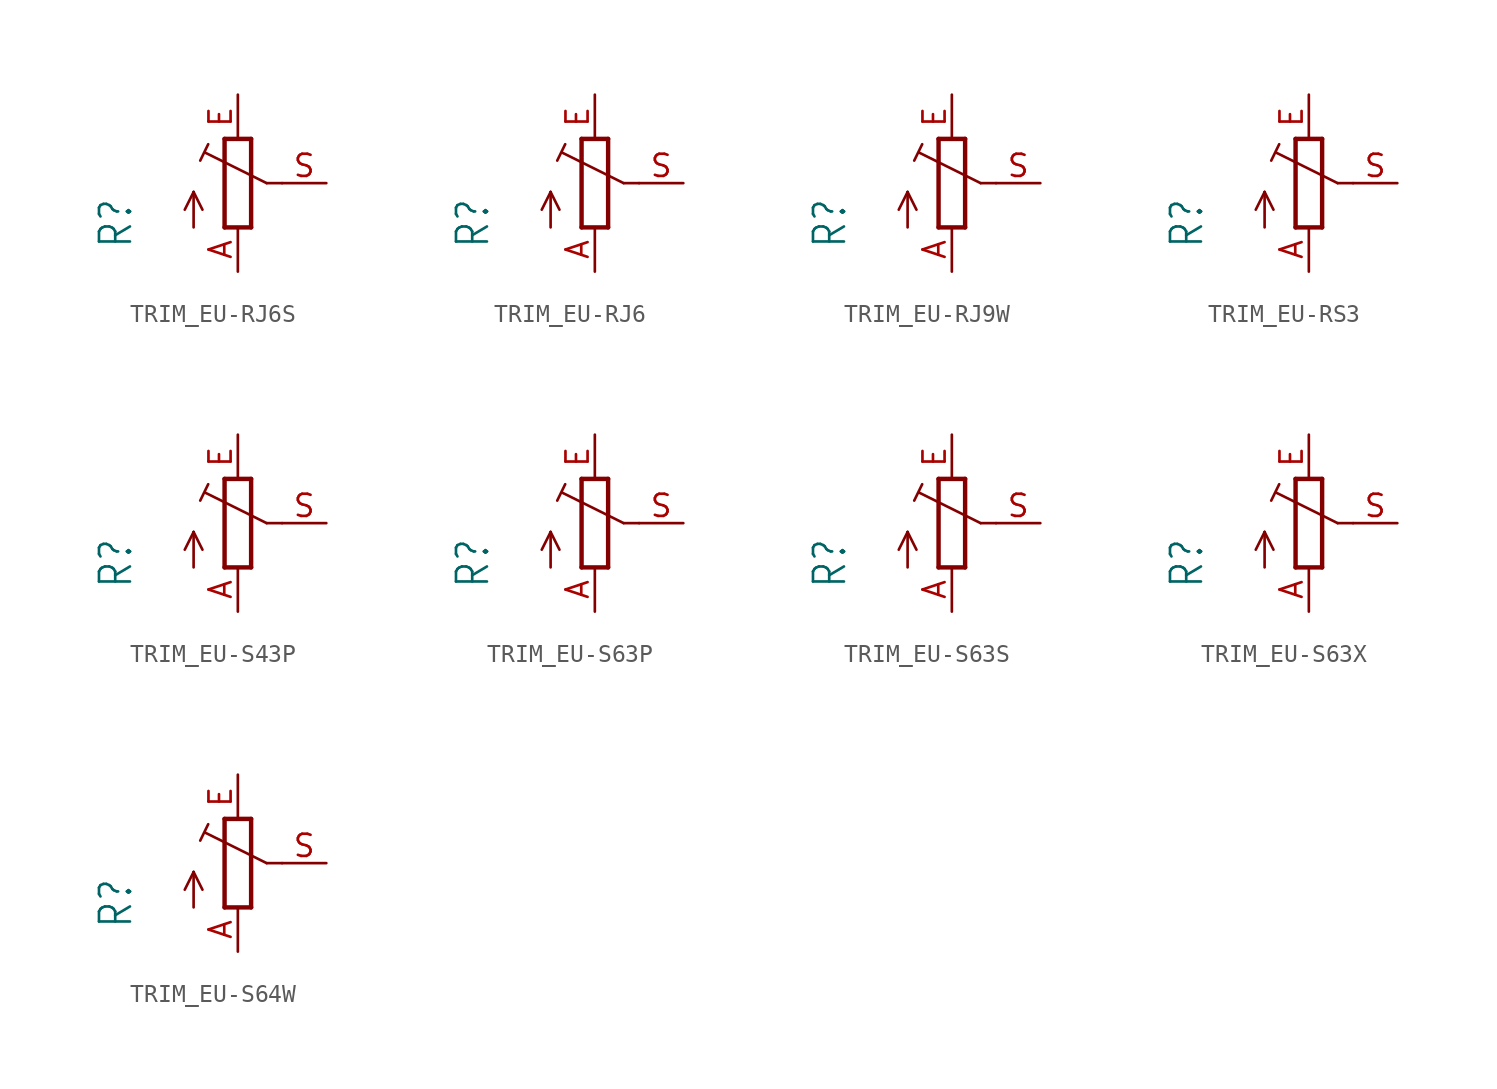
<source format=kicad_sym>
(kicad_symbol_lib
  (version 20231120)
  (generator "kicad_symbol_editor")
  (generator_version "8.0")
  (symbol "TRIM_EU-RJ6S"
    (property "Reference" "R"
      (at -5.969 -3.81 90)
      (effects (font (size 1.778 1.511)) (justify left bottom)))
    (property "Value" ""
      (at -3.81 -3.81 90)
      (effects (font (size 1.778 1.511)) (justify left bottom)))
    (property "ki_locked" ""
      (at 0 0 0)
      (effects (font (size 1.27 1.27))))
    (symbol "TRIM_EU-RJ6S_1_0"
      (polyline (pts (xy -2.54 -2.54) (xy -2.54 -0.508)) (stroke (width 0.152) (type solid)) (fill (type none)))
      (polyline (pts (xy -2.54 -0.508) (xy -3.048 -1.524)) (stroke (width 0.152) (type solid)) (fill (type none)))
      (polyline (pts (xy -2.54 -0.508) (xy -2.032 -1.524)) (stroke (width 0.152) (type solid)) (fill (type none)))
      (polyline (pts (xy -2.16 1.294) (xy -1.702 2.235)) (stroke (width 0.152) (type solid)) (fill (type none)))
      (polyline (pts (xy -0.762 -2.54) (xy 0.762 -2.54)) (stroke (width 0.254) (type solid)) (fill (type none)))
      (polyline (pts (xy -0.762 2.54) (xy -0.762 -2.54)) (stroke (width 0.254) (type solid)) (fill (type none)))
      (polyline (pts (xy 0.762 -2.54) (xy 0.762 2.54)) (stroke (width 0.254) (type solid)) (fill (type none)))
      (polyline (pts (xy 0.762 2.54) (xy -0.762 2.54)) (stroke (width 0.254) (type solid)) (fill (type none)))
      (polyline (pts (xy 1.651 0) (xy -1.88 1.753)) (stroke (width 0.152) (type solid)) (fill (type none)))
      (polyline (pts (xy 2.54 0) (xy 1.651 0)) (stroke (width 0.152) (type solid)) (fill (type none)))
      (pin passive line (at 0 -5.08 90) (length 2.54) (name "A" (effects (font (size 0 0)))) (number "A" (effects (font (size 1.27 1.27)))))
      (pin passive line (at 0 5.08 270) (length 2.54) (name "E" (effects (font (size 0 0)))) (number "E" (effects (font (size 1.27 1.27)))))
      (pin passive line (at 5.08 0 180) (length 2.54) (name "S" (effects (font (size 0 0)))) (number "S" (effects (font (size 1.27 1.27)))))))
  (symbol "TRIM_EU-RJ6"
    (property "Reference" "R"
      (at -5.969 -3.81 90)
      (effects (font (size 1.778 1.511)) (justify left bottom)))
    (property "Value" ""
      (at -3.81 -3.81 90)
      (effects (font (size 1.778 1.511)) (justify left bottom)))
    (property "ki_locked" ""
      (at 0 0 0)
      (effects (font (size 1.27 1.27))))
    (symbol "TRIM_EU-RJ6_1_0"
      (polyline (pts (xy -2.54 -2.54) (xy -2.54 -0.508)) (stroke (width 0.152) (type solid)) (fill (type none)))
      (polyline (pts (xy -2.54 -0.508) (xy -3.048 -1.524)) (stroke (width 0.152) (type solid)) (fill (type none)))
      (polyline (pts (xy -2.54 -0.508) (xy -2.032 -1.524)) (stroke (width 0.152) (type solid)) (fill (type none)))
      (polyline (pts (xy -2.16 1.294) (xy -1.702 2.235)) (stroke (width 0.152) (type solid)) (fill (type none)))
      (polyline (pts (xy -0.762 -2.54) (xy 0.762 -2.54)) (stroke (width 0.254) (type solid)) (fill (type none)))
      (polyline (pts (xy -0.762 2.54) (xy -0.762 -2.54)) (stroke (width 0.254) (type solid)) (fill (type none)))
      (polyline (pts (xy 0.762 -2.54) (xy 0.762 2.54)) (stroke (width 0.254) (type solid)) (fill (type none)))
      (polyline (pts (xy 0.762 2.54) (xy -0.762 2.54)) (stroke (width 0.254) (type solid)) (fill (type none)))
      (polyline (pts (xy 1.651 0) (xy -1.88 1.753)) (stroke (width 0.152) (type solid)) (fill (type none)))
      (polyline (pts (xy 2.54 0) (xy 1.651 0)) (stroke (width 0.152) (type solid)) (fill (type none)))
      (pin passive line (at 0 -5.08 90) (length 2.54) (name "A" (effects (font (size 0 0)))) (number "A" (effects (font (size 1.27 1.27)))))
      (pin passive line (at 0 5.08 270) (length 2.54) (name "E" (effects (font (size 0 0)))) (number "E" (effects (font (size 1.27 1.27)))))
      (pin passive line (at 5.08 0 180) (length 2.54) (name "S" (effects (font (size 0 0)))) (number "S" (effects (font (size 1.27 1.27)))))))
  (symbol "TRIM_EU-RJ9W"
    (property "Reference" "R"
      (at -5.969 -3.81 90)
      (effects (font (size 1.778 1.511)) (justify left bottom)))
    (property "Value" ""
      (at -3.81 -3.81 90)
      (effects (font (size 1.778 1.511)) (justify left bottom)))
    (property "ki_locked" ""
      (at 0 0 0)
      (effects (font (size 1.27 1.27))))
    (symbol "TRIM_EU-RJ9W_1_0"
      (polyline (pts (xy -2.54 -2.54) (xy -2.54 -0.508)) (stroke (width 0.152) (type solid)) (fill (type none)))
      (polyline (pts (xy -2.54 -0.508) (xy -3.048 -1.524)) (stroke (width 0.152) (type solid)) (fill (type none)))
      (polyline (pts (xy -2.54 -0.508) (xy -2.032 -1.524)) (stroke (width 0.152) (type solid)) (fill (type none)))
      (polyline (pts (xy -2.16 1.294) (xy -1.702 2.235)) (stroke (width 0.152) (type solid)) (fill (type none)))
      (polyline (pts (xy -0.762 -2.54) (xy 0.762 -2.54)) (stroke (width 0.254) (type solid)) (fill (type none)))
      (polyline (pts (xy -0.762 2.54) (xy -0.762 -2.54)) (stroke (width 0.254) (type solid)) (fill (type none)))
      (polyline (pts (xy 0.762 -2.54) (xy 0.762 2.54)) (stroke (width 0.254) (type solid)) (fill (type none)))
      (polyline (pts (xy 0.762 2.54) (xy -0.762 2.54)) (stroke (width 0.254) (type solid)) (fill (type none)))
      (polyline (pts (xy 1.651 0) (xy -1.88 1.753)) (stroke (width 0.152) (type solid)) (fill (type none)))
      (polyline (pts (xy 2.54 0) (xy 1.651 0)) (stroke (width 0.152) (type solid)) (fill (type none)))
      (pin passive line (at 0 -5.08 90) (length 2.54) (name "A" (effects (font (size 0 0)))) (number "A" (effects (font (size 1.27 1.27)))))
      (pin passive line (at 0 5.08 270) (length 2.54) (name "E" (effects (font (size 0 0)))) (number "E" (effects (font (size 1.27 1.27)))))
      (pin passive line (at 5.08 0 180) (length 2.54) (name "S" (effects (font (size 0 0)))) (number "S" (effects (font (size 1.27 1.27)))))))
  (symbol "TRIM_EU-RS3"
    (property "Reference" "R"
      (at -5.969 -3.81 90)
      (effects (font (size 1.778 1.511)) (justify left bottom)))
    (property "Value" ""
      (at -3.81 -3.81 90)
      (effects (font (size 1.778 1.511)) (justify left bottom)))
    (property "ki_locked" ""
      (at 0 0 0)
      (effects (font (size 1.27 1.27))))
    (symbol "TRIM_EU-RS3_1_0"
      (polyline (pts (xy -2.54 -2.54) (xy -2.54 -0.508)) (stroke (width 0.152) (type solid)) (fill (type none)))
      (polyline (pts (xy -2.54 -0.508) (xy -3.048 -1.524)) (stroke (width 0.152) (type solid)) (fill (type none)))
      (polyline (pts (xy -2.54 -0.508) (xy -2.032 -1.524)) (stroke (width 0.152) (type solid)) (fill (type none)))
      (polyline (pts (xy -2.16 1.294) (xy -1.702 2.235)) (stroke (width 0.152) (type solid)) (fill (type none)))
      (polyline (pts (xy -0.762 -2.54) (xy 0.762 -2.54)) (stroke (width 0.254) (type solid)) (fill (type none)))
      (polyline (pts (xy -0.762 2.54) (xy -0.762 -2.54)) (stroke (width 0.254) (type solid)) (fill (type none)))
      (polyline (pts (xy 0.762 -2.54) (xy 0.762 2.54)) (stroke (width 0.254) (type solid)) (fill (type none)))
      (polyline (pts (xy 0.762 2.54) (xy -0.762 2.54)) (stroke (width 0.254) (type solid)) (fill (type none)))
      (polyline (pts (xy 1.651 0) (xy -1.88 1.753)) (stroke (width 0.152) (type solid)) (fill (type none)))
      (polyline (pts (xy 2.54 0) (xy 1.651 0)) (stroke (width 0.152) (type solid)) (fill (type none)))
      (pin passive line (at 0 -5.08 90) (length 2.54) (name "A" (effects (font (size 0 0)))) (number "A" (effects (font (size 1.27 1.27)))))
      (pin passive line (at 0 5.08 270) (length 2.54) (name "E" (effects (font (size 0 0)))) (number "E" (effects (font (size 1.27 1.27)))))
      (pin passive line (at 5.08 0 180) (length 2.54) (name "S" (effects (font (size 0 0)))) (number "S" (effects (font (size 1.27 1.27)))))))
  (symbol "TRIM_EU-S43P"
    (property "Reference" "R"
      (at -5.969 -3.81 90)
      (effects (font (size 1.778 1.511)) (justify left bottom)))
    (property "Value" ""
      (at -3.81 -3.81 90)
      (effects (font (size 1.778 1.511)) (justify left bottom)))
    (property "ki_locked" ""
      (at 0 0 0)
      (effects (font (size 1.27 1.27))))
    (symbol "TRIM_EU-S43P_1_0"
      (polyline (pts (xy -2.54 -2.54) (xy -2.54 -0.508)) (stroke (width 0.152) (type solid)) (fill (type none)))
      (polyline (pts (xy -2.54 -0.508) (xy -3.048 -1.524)) (stroke (width 0.152) (type solid)) (fill (type none)))
      (polyline (pts (xy -2.54 -0.508) (xy -2.032 -1.524)) (stroke (width 0.152) (type solid)) (fill (type none)))
      (polyline (pts (xy -2.16 1.294) (xy -1.702 2.235)) (stroke (width 0.152) (type solid)) (fill (type none)))
      (polyline (pts (xy -0.762 -2.54) (xy 0.762 -2.54)) (stroke (width 0.254) (type solid)) (fill (type none)))
      (polyline (pts (xy -0.762 2.54) (xy -0.762 -2.54)) (stroke (width 0.254) (type solid)) (fill (type none)))
      (polyline (pts (xy 0.762 -2.54) (xy 0.762 2.54)) (stroke (width 0.254) (type solid)) (fill (type none)))
      (polyline (pts (xy 0.762 2.54) (xy -0.762 2.54)) (stroke (width 0.254) (type solid)) (fill (type none)))
      (polyline (pts (xy 1.651 0) (xy -1.88 1.753)) (stroke (width 0.152) (type solid)) (fill (type none)))
      (polyline (pts (xy 2.54 0) (xy 1.651 0)) (stroke (width 0.152) (type solid)) (fill (type none)))
      (pin passive line (at 0 -5.08 90) (length 2.54) (name "A" (effects (font (size 0 0)))) (number "A" (effects (font (size 1.27 1.27)))))
      (pin passive line (at 0 5.08 270) (length 2.54) (name "E" (effects (font (size 0 0)))) (number "E" (effects (font (size 1.27 1.27)))))
      (pin passive line (at 5.08 0 180) (length 2.54) (name "S" (effects (font (size 0 0)))) (number "S" (effects (font (size 1.27 1.27)))))))
  (symbol "TRIM_EU-S63P"
    (property "Reference" "R"
      (at -5.969 -3.81 90)
      (effects (font (size 1.778 1.511)) (justify left bottom)))
    (property "Value" ""
      (at -3.81 -3.81 90)
      (effects (font (size 1.778 1.511)) (justify left bottom)))
    (property "ki_locked" ""
      (at 0 0 0)
      (effects (font (size 1.27 1.27))))
    (symbol "TRIM_EU-S63P_1_0"
      (polyline (pts (xy -2.54 -2.54) (xy -2.54 -0.508)) (stroke (width 0.152) (type solid)) (fill (type none)))
      (polyline (pts (xy -2.54 -0.508) (xy -3.048 -1.524)) (stroke (width 0.152) (type solid)) (fill (type none)))
      (polyline (pts (xy -2.54 -0.508) (xy -2.032 -1.524)) (stroke (width 0.152) (type solid)) (fill (type none)))
      (polyline (pts (xy -2.16 1.294) (xy -1.702 2.235)) (stroke (width 0.152) (type solid)) (fill (type none)))
      (polyline (pts (xy -0.762 -2.54) (xy 0.762 -2.54)) (stroke (width 0.254) (type solid)) (fill (type none)))
      (polyline (pts (xy -0.762 2.54) (xy -0.762 -2.54)) (stroke (width 0.254) (type solid)) (fill (type none)))
      (polyline (pts (xy 0.762 -2.54) (xy 0.762 2.54)) (stroke (width 0.254) (type solid)) (fill (type none)))
      (polyline (pts (xy 0.762 2.54) (xy -0.762 2.54)) (stroke (width 0.254) (type solid)) (fill (type none)))
      (polyline (pts (xy 1.651 0) (xy -1.88 1.753)) (stroke (width 0.152) (type solid)) (fill (type none)))
      (polyline (pts (xy 2.54 0) (xy 1.651 0)) (stroke (width 0.152) (type solid)) (fill (type none)))
      (pin passive line (at 0 -5.08 90) (length 2.54) (name "A" (effects (font (size 0 0)))) (number "A" (effects (font (size 1.27 1.27)))))
      (pin passive line (at 0 5.08 270) (length 2.54) (name "E" (effects (font (size 0 0)))) (number "E" (effects (font (size 1.27 1.27)))))
      (pin passive line (at 5.08 0 180) (length 2.54) (name "S" (effects (font (size 0 0)))) (number "S" (effects (font (size 1.27 1.27)))))))
  (symbol "TRIM_EU-S63S"
    (property "Reference" "R"
      (at -5.969 -3.81 90)
      (effects (font (size 1.778 1.511)) (justify left bottom)))
    (property "Value" ""
      (at -3.81 -3.81 90)
      (effects (font (size 1.778 1.511)) (justify left bottom)))
    (property "ki_locked" ""
      (at 0 0 0)
      (effects (font (size 1.27 1.27))))
    (symbol "TRIM_EU-S63S_1_0"
      (polyline (pts (xy -2.54 -2.54) (xy -2.54 -0.508)) (stroke (width 0.152) (type solid)) (fill (type none)))
      (polyline (pts (xy -2.54 -0.508) (xy -3.048 -1.524)) (stroke (width 0.152) (type solid)) (fill (type none)))
      (polyline (pts (xy -2.54 -0.508) (xy -2.032 -1.524)) (stroke (width 0.152) (type solid)) (fill (type none)))
      (polyline (pts (xy -2.16 1.294) (xy -1.702 2.235)) (stroke (width 0.152) (type solid)) (fill (type none)))
      (polyline (pts (xy -0.762 -2.54) (xy 0.762 -2.54)) (stroke (width 0.254) (type solid)) (fill (type none)))
      (polyline (pts (xy -0.762 2.54) (xy -0.762 -2.54)) (stroke (width 0.254) (type solid)) (fill (type none)))
      (polyline (pts (xy 0.762 -2.54) (xy 0.762 2.54)) (stroke (width 0.254) (type solid)) (fill (type none)))
      (polyline (pts (xy 0.762 2.54) (xy -0.762 2.54)) (stroke (width 0.254) (type solid)) (fill (type none)))
      (polyline (pts (xy 1.651 0) (xy -1.88 1.753)) (stroke (width 0.152) (type solid)) (fill (type none)))
      (polyline (pts (xy 2.54 0) (xy 1.651 0)) (stroke (width 0.152) (type solid)) (fill (type none)))
      (pin passive line (at 0 -5.08 90) (length 2.54) (name "A" (effects (font (size 0 0)))) (number "A" (effects (font (size 1.27 1.27)))))
      (pin passive line (at 0 5.08 270) (length 2.54) (name "E" (effects (font (size 0 0)))) (number "E" (effects (font (size 1.27 1.27)))))
      (pin passive line (at 5.08 0 180) (length 2.54) (name "S" (effects (font (size 0 0)))) (number "S" (effects (font (size 1.27 1.27)))))))
  (symbol "TRIM_EU-S63X"
    (property "Reference" "R"
      (at -5.969 -3.81 90)
      (effects (font (size 1.778 1.511)) (justify left bottom)))
    (property "Value" ""
      (at -3.81 -3.81 90)
      (effects (font (size 1.778 1.511)) (justify left bottom)))
    (property "ki_locked" ""
      (at 0 0 0)
      (effects (font (size 1.27 1.27))))
    (symbol "TRIM_EU-S63X_1_0"
      (polyline (pts (xy -2.54 -2.54) (xy -2.54 -0.508)) (stroke (width 0.152) (type solid)) (fill (type none)))
      (polyline (pts (xy -2.54 -0.508) (xy -3.048 -1.524)) (stroke (width 0.152) (type solid)) (fill (type none)))
      (polyline (pts (xy -2.54 -0.508) (xy -2.032 -1.524)) (stroke (width 0.152) (type solid)) (fill (type none)))
      (polyline (pts (xy -2.16 1.294) (xy -1.702 2.235)) (stroke (width 0.152) (type solid)) (fill (type none)))
      (polyline (pts (xy -0.762 -2.54) (xy 0.762 -2.54)) (stroke (width 0.254) (type solid)) (fill (type none)))
      (polyline (pts (xy -0.762 2.54) (xy -0.762 -2.54)) (stroke (width 0.254) (type solid)) (fill (type none)))
      (polyline (pts (xy 0.762 -2.54) (xy 0.762 2.54)) (stroke (width 0.254) (type solid)) (fill (type none)))
      (polyline (pts (xy 0.762 2.54) (xy -0.762 2.54)) (stroke (width 0.254) (type solid)) (fill (type none)))
      (polyline (pts (xy 1.651 0) (xy -1.88 1.753)) (stroke (width 0.152) (type solid)) (fill (type none)))
      (polyline (pts (xy 2.54 0) (xy 1.651 0)) (stroke (width 0.152) (type solid)) (fill (type none)))
      (pin passive line (at 0 -5.08 90) (length 2.54) (name "A" (effects (font (size 0 0)))) (number "A" (effects (font (size 1.27 1.27)))))
      (pin passive line (at 0 5.08 270) (length 2.54) (name "E" (effects (font (size 0 0)))) (number "E" (effects (font (size 1.27 1.27)))))
      (pin passive line (at 5.08 0 180) (length 2.54) (name "S" (effects (font (size 0 0)))) (number "S" (effects (font (size 1.27 1.27)))))))
  (symbol "TRIM_EU-S64W"
    (property "Reference" "R"
      (at -5.969 -3.81 90)
      (effects (font (size 1.778 1.511)) (justify left bottom)))
    (property "Value" ""
      (at -3.81 -3.81 90)
      (effects (font (size 1.778 1.511)) (justify left bottom)))
    (property "ki_locked" ""
      (at 0 0 0)
      (effects (font (size 1.27 1.27))))
    (symbol "TRIM_EU-S64W_1_0"
      (polyline (pts (xy -2.54 -2.54) (xy -2.54 -0.508)) (stroke (width 0.152) (type solid)) (fill (type none)))
      (polyline (pts (xy -2.54 -0.508) (xy -3.048 -1.524)) (stroke (width 0.152) (type solid)) (fill (type none)))
      (polyline (pts (xy -2.54 -0.508) (xy -2.032 -1.524)) (stroke (width 0.152) (type solid)) (fill (type none)))
      (polyline (pts (xy -2.16 1.294) (xy -1.702 2.235)) (stroke (width 0.152) (type solid)) (fill (type none)))
      (polyline (pts (xy -0.762 -2.54) (xy 0.762 -2.54)) (stroke (width 0.254) (type solid)) (fill (type none)))
      (polyline (pts (xy -0.762 2.54) (xy -0.762 -2.54)) (stroke (width 0.254) (type solid)) (fill (type none)))
      (polyline (pts (xy 0.762 -2.54) (xy 0.762 2.54)) (stroke (width 0.254) (type solid)) (fill (type none)))
      (polyline (pts (xy 0.762 2.54) (xy -0.762 2.54)) (stroke (width 0.254) (type solid)) (fill (type none)))
      (polyline (pts (xy 1.651 0) (xy -1.88 1.753)) (stroke (width 0.152) (type solid)) (fill (type none)))
      (polyline (pts (xy 2.54 0) (xy 1.651 0)) (stroke (width 0.152) (type solid)) (fill (type none)))
      (pin passive line (at 0 -5.08 90) (length 2.54) (name "A" (effects (font (size 0 0)))) (number "A" (effects (font (size 1.27 1.27)))))
      (pin passive line (at 0 5.08 270) (length 2.54) (name "E" (effects (font (size 0 0)))) (number "E" (effects (font (size 1.27 1.27)))))
      (pin passive line (at 5.08 0 180) (length 2.54) (name "S" (effects (font (size 0 0)))) (number "S" (effects (font (size 1.27 1.27))))))))
</source>
